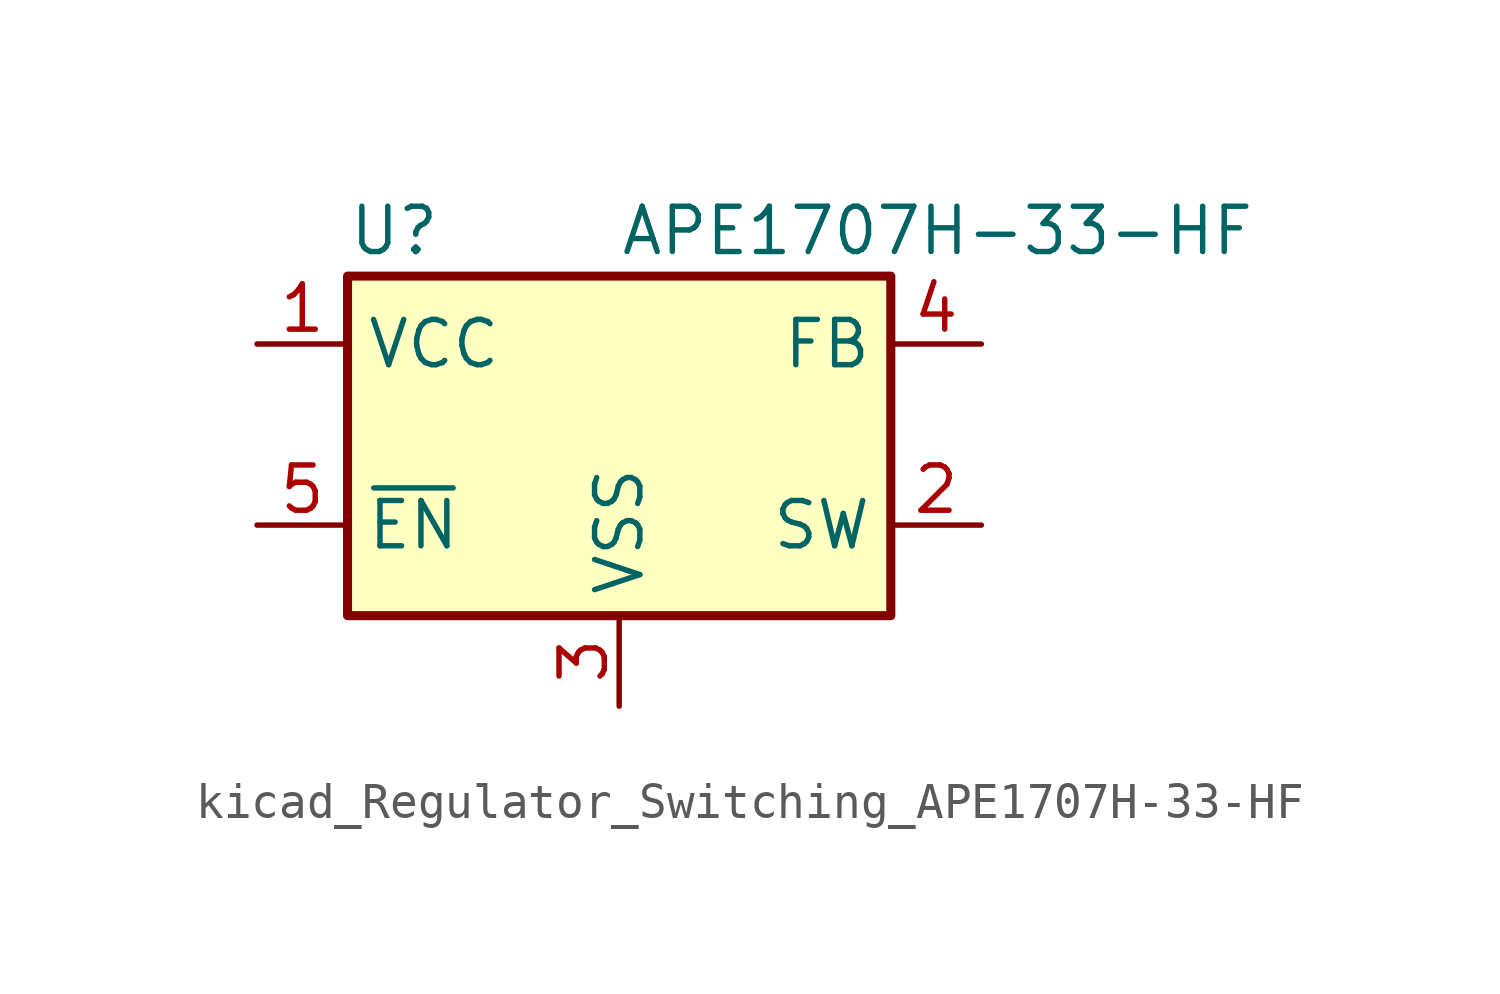
<source format=kicad_sym>
(kicad_symbol_lib
  (version 20220914)
  (generator kicad_symbol_editor)
  (symbol "kicad_Regulator_Switching_APE1707H-33-HF"
    (property "Reference" "U"
      (at -7.62 5.715 0)
      (effects (font (size 1.27 1.27)) (justify left)))
    (property "Value" "APE1707H-33-HF"
      (at 0 5.715 0)
      (effects (font (size 1.27 1.27)) (justify left)))
    (symbol "kicad_Regulator_Switching_APE1707H-33-HF_0_1"
      (rectangle (start -7.62 4.445) (end 7.62 -5.08) (stroke (width 0.254) (type default)) (fill (type background))))
    (symbol "kicad_Regulator_Switching_APE1707H-33-HF_1_1"
      (pin power_in line (at -10.16 2.54 0) (length 2.54) (name "VCC" (effects (font (size 1.27 1.27)))) (number "1" (effects (font (size 1.27 1.27)))))
      (pin output line (at 10.16 -2.54 180) (length 2.54) (name "SW" (effects (font (size 1.27 1.27)))) (number "2" (effects (font (size 1.27 1.27)))))
      (pin power_in line (at 0 -7.62 90) (length 2.54) (name "VSS" (effects (font (size 1.27 1.27)))) (number "3" (effects (font (size 1.27 1.27)))))
      (pin input line (at 10.16 2.54 180) (length 2.54) (name "FB" (effects (font (size 1.27 1.27)))) (number "4" (effects (font (size 1.27 1.27)))))
      (pin input line (at -10.16 -2.54 0) (length 2.54) (name "~{EN}" (effects (font (size 1.27 1.27)))) (number "5" (effects (font (size 1.27 1.27))))))))
</source>
